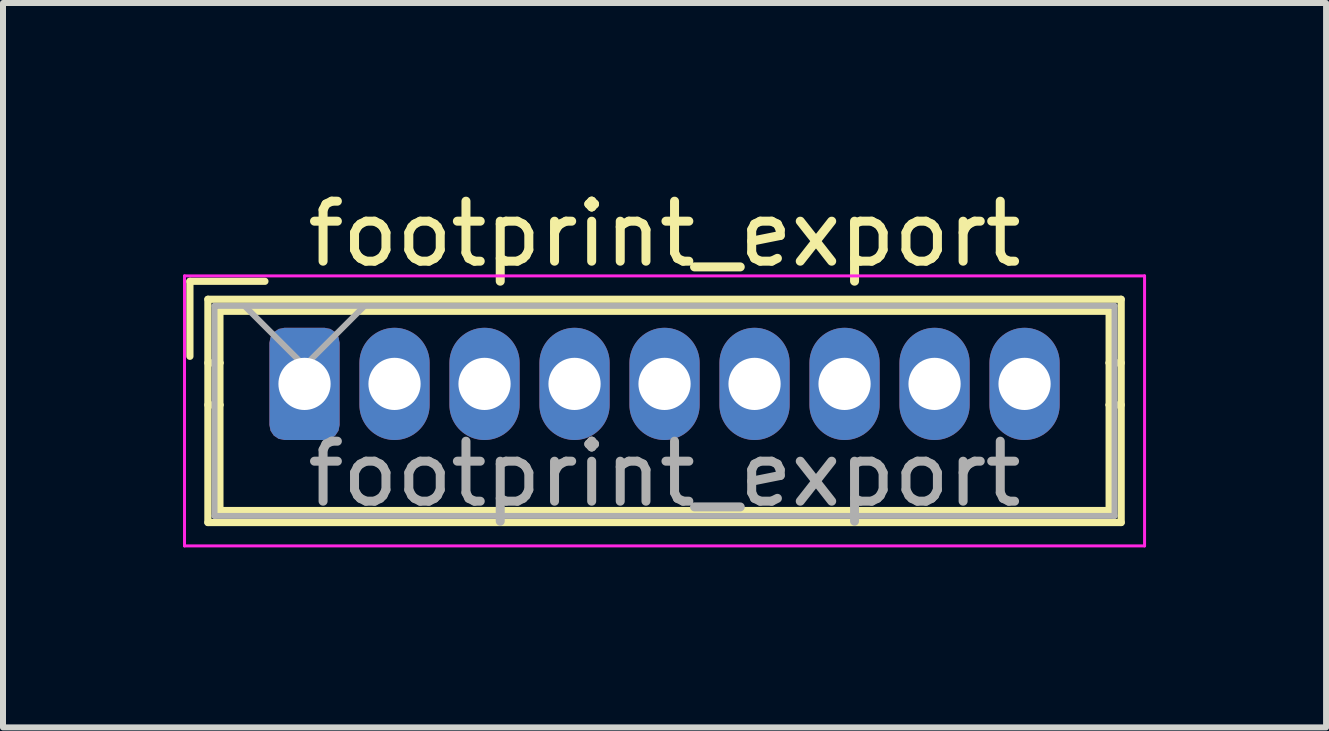
<source format=kicad_pcb>
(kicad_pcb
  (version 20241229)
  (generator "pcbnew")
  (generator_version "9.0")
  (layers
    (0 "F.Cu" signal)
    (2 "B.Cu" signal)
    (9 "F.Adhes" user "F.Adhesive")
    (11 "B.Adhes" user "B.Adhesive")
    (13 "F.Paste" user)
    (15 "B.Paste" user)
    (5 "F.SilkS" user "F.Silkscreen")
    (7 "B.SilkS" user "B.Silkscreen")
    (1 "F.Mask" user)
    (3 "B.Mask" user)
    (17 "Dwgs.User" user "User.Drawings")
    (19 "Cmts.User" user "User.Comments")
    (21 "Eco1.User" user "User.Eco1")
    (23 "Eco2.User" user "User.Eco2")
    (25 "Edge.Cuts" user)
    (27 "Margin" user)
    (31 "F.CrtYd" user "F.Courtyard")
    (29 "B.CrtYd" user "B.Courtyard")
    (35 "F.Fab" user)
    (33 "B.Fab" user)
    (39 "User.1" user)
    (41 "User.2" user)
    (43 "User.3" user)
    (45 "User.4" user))
  (footprint "footprint_export"
    (layer "F.Cu")
    (at 2.025 3.348)
    (property "Reference" "footprint_export" (at 6 -2.5 0) (layer "F.SilkS") (effects (font (size 1 1) (thickness 0.15))))
    (attr through_hole)
    (fp_line (start -1.91 -1.71) (end -1.91 -0.46) (stroke (width 0.12) (type solid)) (layer "F.SilkS"))
    (fp_line (start -1.61 -1.41) (end -1.61 2.31) (stroke (width 0.12) (type solid)) (layer "F.SilkS"))
    (fp_line (start -1.61 -0.35) (end -1.41 -0.35) (stroke (width 0.12) (type solid)) (layer "F.SilkS"))
    (fp_line (start -1.61 2.31) (end 13.61 2.31) (stroke (width 0.12) (type solid)) (layer "F.SilkS"))
    (fp_line (start -1.41 -1.21) (end 13.41 -1.21) (stroke (width 0.12) (type solid)) (layer "F.SilkS"))
    (fp_line (start -1.41 -0.35) (end -1.41 -1.21) (stroke (width 0.12) (type solid)) (layer "F.SilkS"))
    (fp_line (start -1.41 -0.35) (end -1.41 0.35) (stroke (width 0.12) (type solid)) (layer "F.SilkS"))
    (fp_line (start -1.41 0.35) (end -1.61 0.35) (stroke (width 0.12) (type solid)) (layer "F.SilkS"))
    (fp_line (start -1.41 0.35) (end -1.41 2.11) (stroke (width 0.12) (type solid)) (layer "F.SilkS"))
    (fp_line (start -1.41 2.11) (end 13.41 2.11) (stroke (width 0.12) (type solid)) (layer "F.SilkS"))
    (fp_line (start -0.66 -1.71) (end -1.91 -1.71) (stroke (width 0.12) (type solid)) (layer "F.SilkS"))
    (fp_line (start 13.41 -1.21) (end 13.41 -0.35) (stroke (width 0.12) (type solid)) (layer "F.SilkS"))
    (fp_line (start 13.41 -0.35) (end 13.41 0.35) (stroke (width 0.12) (type solid)) (layer "F.SilkS"))
    (fp_line (start 13.41 -0.35) (end 13.61 -0.35) (stroke (width 0.12) (type solid)) (layer "F.SilkS"))
    (fp_line (start 13.41 0.35) (end 13.61 0.35) (stroke (width 0.12) (type solid)) (layer "F.SilkS"))
    (fp_line (start 13.41 2.11) (end 13.41 0.35) (stroke (width 0.12) (type solid)) (layer "F.SilkS"))
    (fp_line (start 13.61 -1.41) (end -1.61 -1.41) (stroke (width 0.12) (type solid)) (layer "F.SilkS"))
    (fp_line (start 13.61 2.31) (end 13.61 -1.41) (stroke (width 0.12) (type solid)) (layer "F.SilkS"))
    (fp_line (start -2 -1.8) (end -2 2.7) (stroke (width 0.05) (type solid)) (layer "F.CrtYd"))
    (fp_line (start -2 2.7) (end 14 2.7) (stroke (width 0.05) (type solid)) (layer "F.CrtYd"))
    (fp_line (start 14 -1.8) (end -2 -1.8) (stroke (width 0.05) (type solid)) (layer "F.CrtYd"))
    (fp_line (start 14 2.7) (end 14 -1.8) (stroke (width 0.05) (type solid)) (layer "F.CrtYd"))
    (fp_line (start -1.5 -1.3) (end -1.5 2.2) (stroke (width 0.1) (type solid)) (layer "F.Fab"))
    (fp_line (start -1.5 2.2) (end 13.5 2.2) (stroke (width 0.1) (type solid)) (layer "F.Fab"))
    (fp_line (start -1 -1.3) (end 0 -0.3) (stroke (width 0.1) (type solid)) (layer "F.Fab"))
    (fp_line (start 0 -0.3) (end 1 -1.3) (stroke (width 0.1) (type solid)) (layer "F.Fab"))
    (fp_line (start 13.5 -1.3) (end -1.5 -1.3) (stroke (width 0.1) (type solid)) (layer "F.Fab"))
    (fp_line (start 13.5 2.2) (end 13.5 -1.3) (stroke (width 0.1) (type solid)) (layer "F.Fab"))
    (fp_text user "${REFERENCE}" (at 6 1.5 0) (layer "F.Fab") (effects (font (size 1 1) (thickness 0.15))))
    (pad "1" thru_hole roundrect (at 0 0) (size 1.17 1.87) (drill 0.87) (layers "*.Cu" "*.Mask") (roundrect_rratio 0.214))
    (pad "2" thru_hole oval (at 1.5 0) (size 1.17 1.87) (drill 0.87) (layers "*.Cu" "*.Mask"))
    (pad "3" thru_hole oval (at 3 0) (size 1.17 1.87) (drill 0.87) (layers "*.Cu" "*.Mask"))
    (pad "4" thru_hole oval (at 4.5 0) (size 1.17 1.87) (drill 0.87) (layers "*.Cu" "*.Mask"))
    (pad "5" thru_hole oval (at 6 0) (size 1.17 1.87) (drill 0.87) (layers "*.Cu" "*.Mask"))
    (pad "6" thru_hole oval (at 7.5 0) (size 1.17 1.87) (drill 0.87) (layers "*.Cu" "*.Mask"))
    (pad "7" thru_hole oval (at 9 0) (size 1.17 1.87) (drill 0.87) (layers "*.Cu" "*.Mask"))
    (pad "8" thru_hole oval (at 10.5 0) (size 1.17 1.87) (drill 0.87) (layers "*.Cu" "*.Mask"))
    (pad "9" thru_hole oval (at 12 0) (size 1.17 1.87) (drill 0.87) (layers "*.Cu" "*.Mask")))
  (gr_rect
    (start -3 -3)
    (end 19.05 9.073)
    (stroke (width 0.1) (type default))
    (fill no)
    (layer "Edge.Cuts")))
</source>
